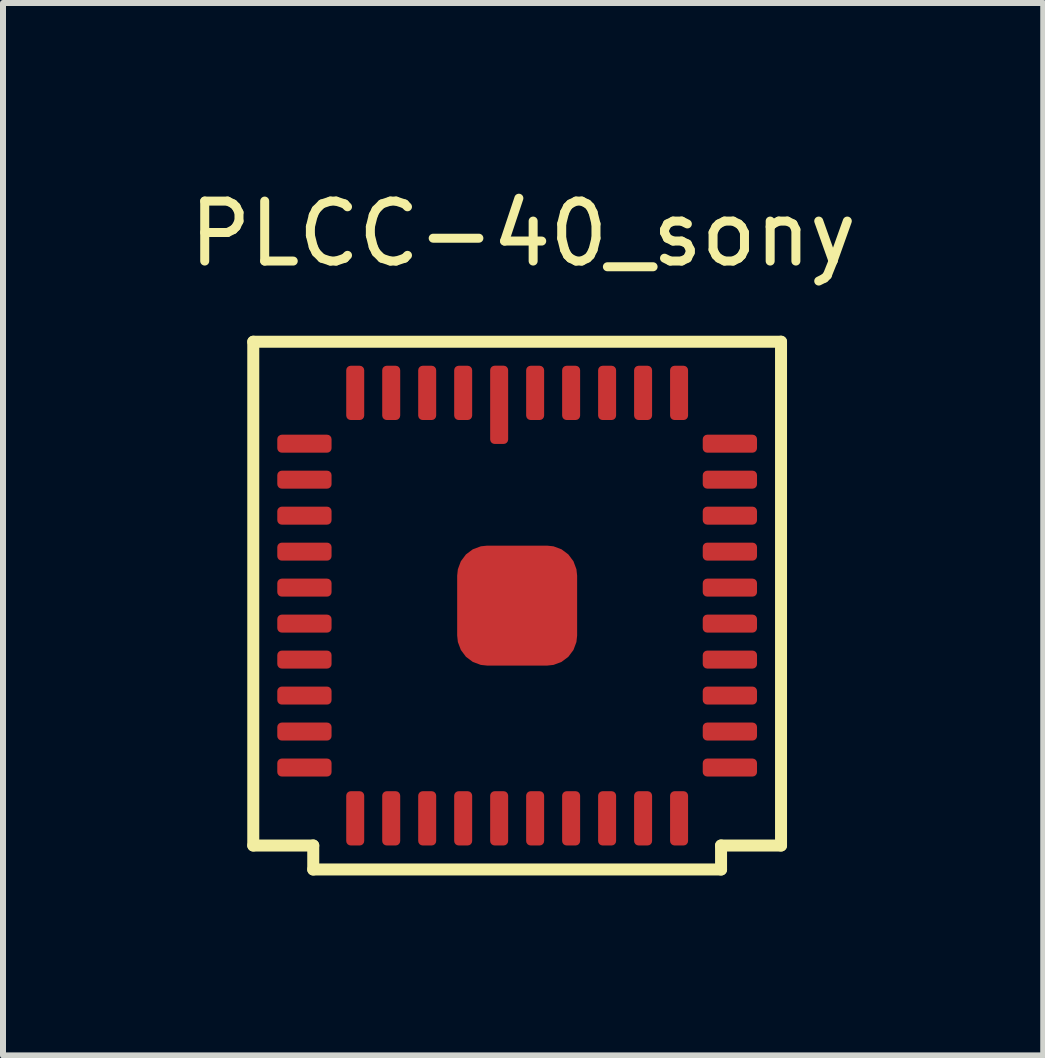
<source format=kicad_pcb>
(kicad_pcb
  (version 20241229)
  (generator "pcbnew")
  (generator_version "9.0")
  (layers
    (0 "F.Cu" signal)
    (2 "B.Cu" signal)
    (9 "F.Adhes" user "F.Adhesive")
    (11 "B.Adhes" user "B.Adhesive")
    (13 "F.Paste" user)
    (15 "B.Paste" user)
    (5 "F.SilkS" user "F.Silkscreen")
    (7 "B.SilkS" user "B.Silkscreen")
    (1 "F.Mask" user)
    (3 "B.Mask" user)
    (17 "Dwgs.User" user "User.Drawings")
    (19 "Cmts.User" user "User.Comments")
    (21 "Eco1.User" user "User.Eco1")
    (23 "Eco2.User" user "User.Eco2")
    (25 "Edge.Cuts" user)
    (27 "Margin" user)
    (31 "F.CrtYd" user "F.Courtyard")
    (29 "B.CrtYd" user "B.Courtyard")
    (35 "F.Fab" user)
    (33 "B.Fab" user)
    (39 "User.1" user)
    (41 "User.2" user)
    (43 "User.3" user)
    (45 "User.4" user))
  (footprint "PLCC-40_sony"
    (layer "F.Cu")
    (at 5.573 7.048)
    (property "Reference" "PLCC-40_sony" (at 0.1 -6.2 0) (layer "F.SilkS") (effects (font (size 1 1) (thickness 0.15))))
    (attr through_hole)
    (fp_line (start -4.4 -4.4) (end 4.4 -4.4) (stroke (width 0.2) (type solid)) (layer "F.SilkS"))
    (fp_line (start -4.4 4) (end -4.4 -4.4) (stroke (width 0.2) (type solid)) (layer "F.SilkS"))
    (fp_line (start -3.4 4) (end -4.4 4) (stroke (width 0.2) (type solid)) (layer "F.SilkS"))
    (fp_line (start -3.4 4.4) (end -3.4 4) (stroke (width 0.2) (type solid)) (layer "F.SilkS"))
    (fp_line (start 3.4 4) (end 3.4 4.4) (stroke (width 0.2) (type solid)) (layer "F.SilkS"))
    (fp_line (start 3.4 4.4) (end -3.4 4.4) (stroke (width 0.2) (type solid)) (layer "F.SilkS"))
    (fp_line (start 4.4 -4.4) (end 4.4 4) (stroke (width 0.2) (type solid)) (layer "F.SilkS"))
    (fp_line (start 4.4 4) (end 3.4 4) (stroke (width 0.2) (type solid)) (layer "F.SilkS"))
    (pad "1" smd roundrect (at -0.3 -3.348) (size 0.3 1.305) (layers "F.Cu" "F.Mask" "F.Paste") (roundrect_rratio 0.25))
    (pad "2" smd roundrect (at -0.9 -3.547) (size 0.3 0.905) (layers "F.Cu" "F.Mask" "F.Paste") (roundrect_rratio 0.25))
    (pad "3" smd roundrect (at -1.5 -3.547) (size 0.3 0.905) (layers "F.Cu" "F.Mask" "F.Paste") (roundrect_rratio 0.25))
    (pad "4" smd roundrect (at -2.1 -3.547) (size 0.3 0.905) (layers "F.Cu" "F.Mask" "F.Paste") (roundrect_rratio 0.25))
    (pad "5" smd roundrect (at -2.7 -3.547) (size 0.3 0.905) (layers "F.Cu" "F.Mask" "F.Paste") (roundrect_rratio 0.25))
    (pad "6" smd roundrect (at -3.547 -2.7 90) (size 0.3 0.905) (layers "F.Cu" "F.Mask" "F.Paste") (roundrect_rratio 0.25))
    (pad "7" smd roundrect (at -3.547 -2.1 90) (size 0.3 0.905) (layers "F.Cu" "F.Mask" "F.Paste") (roundrect_rratio 0.25))
    (pad "8" smd roundrect (at -3.547 -1.5 90) (size 0.3 0.905) (layers "F.Cu" "F.Mask" "F.Paste") (roundrect_rratio 0.25))
    (pad "9" smd roundrect (at -3.547 -0.9 90) (size 0.3 0.905) (layers "F.Cu" "F.Mask" "F.Paste") (roundrect_rratio 0.25))
    (pad "10" smd roundrect (at -3.547 -0.3 90) (size 0.3 0.905) (layers "F.Cu" "F.Mask" "F.Paste") (roundrect_rratio 0.25))
    (pad "11" smd roundrect (at -3.547 0.3 90) (size 0.3 0.905) (layers "F.Cu" "F.Mask" "F.Paste") (roundrect_rratio 0.25))
    (pad "12" smd roundrect (at -3.547 0.9 90) (size 0.3 0.905) (layers "F.Cu" "F.Mask" "F.Paste") (roundrect_rratio 0.25))
    (pad "13" smd roundrect (at -3.547 1.5 90) (size 0.3 0.905) (layers "F.Cu" "F.Mask" "F.Paste") (roundrect_rratio 0.25))
    (pad "14" smd roundrect (at -3.547 2.1 90) (size 0.3 0.905) (layers "F.Cu" "F.Mask" "F.Paste") (roundrect_rratio 0.25))
    (pad "15" smd roundrect (at -3.547 2.7 90) (size 0.3 0.905) (layers "F.Cu" "F.Mask" "F.Paste") (roundrect_rratio 0.25))
    (pad "16" smd roundrect (at -2.7 3.547 180) (size 0.3 0.905) (layers "F.Cu" "F.Mask" "F.Paste") (roundrect_rratio 0.25))
    (pad "17" smd roundrect (at -2.1 3.547 180) (size 0.3 0.905) (layers "F.Cu" "F.Mask" "F.Paste") (roundrect_rratio 0.25))
    (pad "18" smd roundrect (at -1.5 3.547 180) (size 0.3 0.905) (layers "F.Cu" "F.Mask" "F.Paste") (roundrect_rratio 0.25))
    (pad "19" smd roundrect (at -0.9 3.547 180) (size 0.3 0.905) (layers "F.Cu" "F.Mask" "F.Paste") (roundrect_rratio 0.25))
    (pad "20" smd roundrect (at -0.3 3.547 180) (size 0.3 0.905) (layers "F.Cu" "F.Mask" "F.Paste") (roundrect_rratio 0.25))
    (pad "21" smd roundrect (at 0.3 3.547 180) (size 0.3 0.905) (layers "F.Cu" "F.Mask" "F.Paste") (roundrect_rratio 0.25))
    (pad "22" smd roundrect (at 0.9 3.547 180) (size 0.3 0.905) (layers "F.Cu" "F.Mask" "F.Paste") (roundrect_rratio 0.25))
    (pad "23" smd roundrect (at 1.5 3.547 180) (size 0.3 0.905) (layers "F.Cu" "F.Mask" "F.Paste") (roundrect_rratio 0.25))
    (pad "24" smd roundrect (at 2.1 3.547 180) (size 0.3 0.905) (layers "F.Cu" "F.Mask" "F.Paste") (roundrect_rratio 0.25))
    (pad "25" smd roundrect (at 2.7 3.547 180) (size 0.3 0.905) (layers "F.Cu" "F.Mask" "F.Paste") (roundrect_rratio 0.25))
    (pad "26" smd roundrect (at 3.547 2.7 270) (size 0.3 0.905) (layers "F.Cu" "F.Mask" "F.Paste") (roundrect_rratio 0.25))
    (pad "27" smd roundrect (at 3.547 2.1 270) (size 0.3 0.905) (layers "F.Cu" "F.Mask" "F.Paste") (roundrect_rratio 0.25))
    (pad "28" smd roundrect (at 3.547 1.5 270) (size 0.3 0.905) (layers "F.Cu" "F.Mask" "F.Paste") (roundrect_rratio 0.25))
    (pad "29" smd roundrect (at 3.547 0.9 270) (size 0.3 0.905) (layers "F.Cu" "F.Mask" "F.Paste") (roundrect_rratio 0.25))
    (pad "30" smd roundrect (at 3.547 0.3 270) (size 0.3 0.905) (layers "F.Cu" "F.Mask" "F.Paste") (roundrect_rratio 0.25))
    (pad "31" smd roundrect (at 3.547 -0.3 270) (size 0.3 0.905) (layers "F.Cu" "F.Mask" "F.Paste") (roundrect_rratio 0.25))
    (pad "32" smd roundrect (at 3.547 -0.9 270) (size 0.3 0.905) (layers "F.Cu" "F.Mask" "F.Paste") (roundrect_rratio 0.25))
    (pad "33" smd roundrect (at 3.547 -1.5 270) (size 0.3 0.905) (layers "F.Cu" "F.Mask" "F.Paste") (roundrect_rratio 0.25))
    (pad "34" smd roundrect (at 3.547 -2.1 270) (size 0.3 0.905) (layers "F.Cu" "F.Mask" "F.Paste") (roundrect_rratio 0.25))
    (pad "35" smd roundrect (at 3.547 -2.7 270) (size 0.3 0.905) (layers "F.Cu" "F.Mask" "F.Paste") (roundrect_rratio 0.25))
    (pad "36" smd roundrect (at 2.7 -3.547) (size 0.3 0.905) (layers "F.Cu" "F.Mask" "F.Paste") (roundrect_rratio 0.25))
    (pad "37" smd roundrect (at 2.1 -3.547) (size 0.3 0.905) (layers "F.Cu" "F.Mask" "F.Paste") (roundrect_rratio 0.25))
    (pad "38" smd roundrect (at 1.5 -3.547) (size 0.3 0.905) (layers "F.Cu" "F.Mask" "F.Paste") (roundrect_rratio 0.25))
    (pad "39" smd roundrect (at 0.9 -3.547) (size 0.3 0.905) (layers "F.Cu" "F.Mask" "F.Paste") (roundrect_rratio 0.25))
    (pad "40" smd roundrect (at 0.3 -3.547) (size 0.3 0.905) (layers "F.Cu" "F.Mask" "F.Paste") (roundrect_rratio 0.25))
    (pad "41" smd roundrect (at 0 0) (size 2 2) (layers "F.Cu" "F.Mask" "F.Paste") (roundrect_rratio 0.25)))
  (gr_rect
    (start -3 -3)
    (end 14.345 14.548)
    (stroke (width 0.1) (type default))
    (fill no)
    (layer "Edge.Cuts")))
</source>
